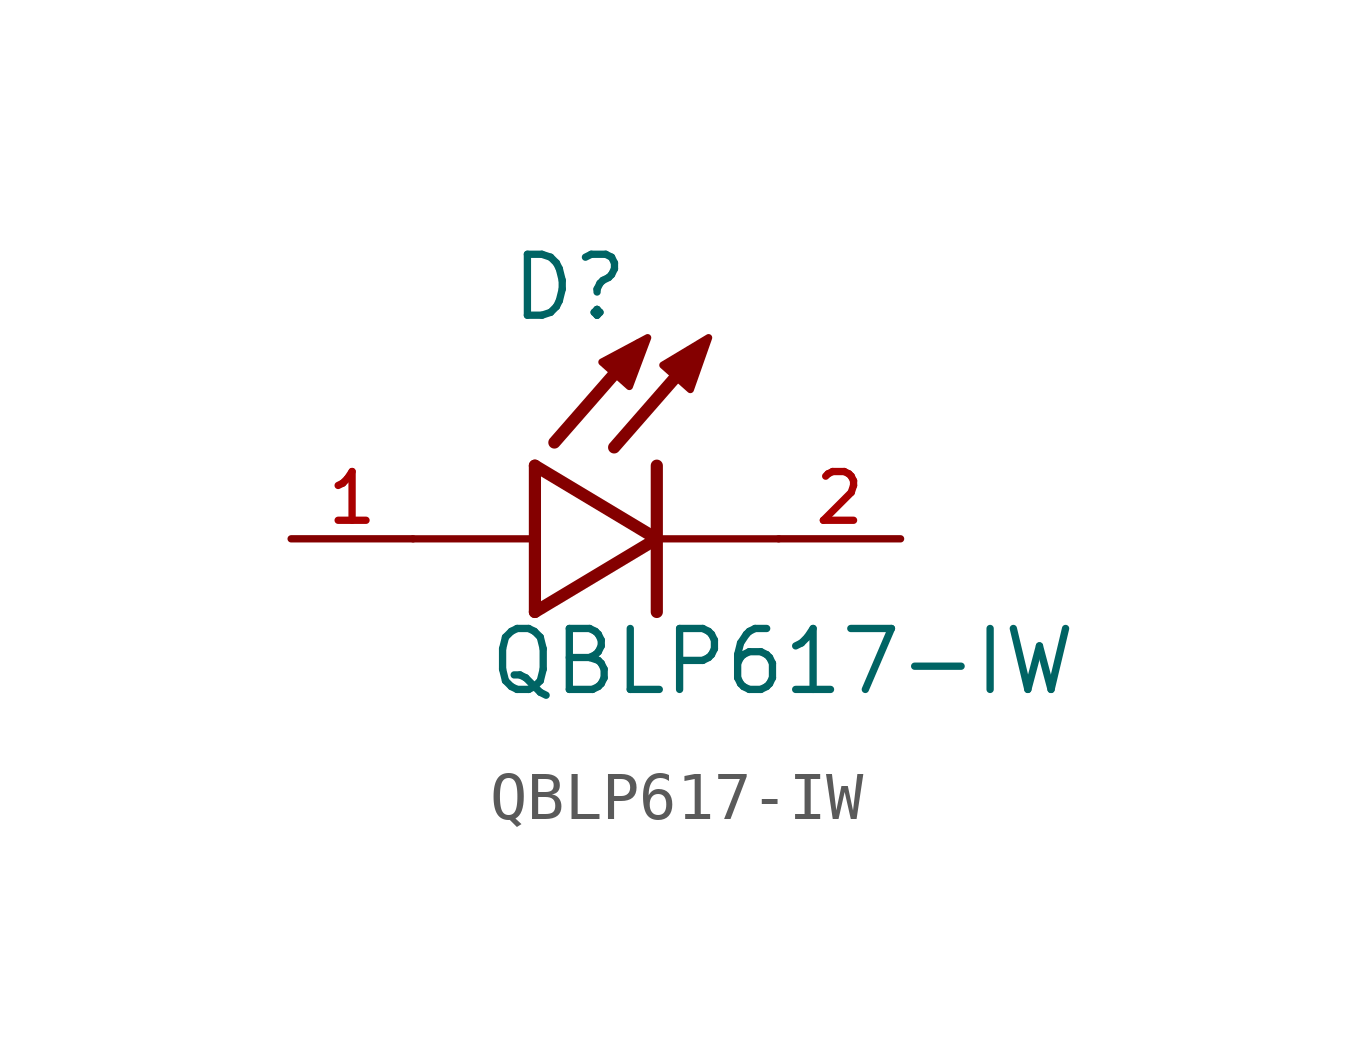
<source format=kicad_sym>
(kicad_symbol_lib
  (version 20211014)
  (generator kicad_symbol_editor)
  (symbol "QBLP617-IW"
    (pin_names
      (offset 1.016))
    (property "Reference" "D"
      (at -3.099 4.496 0)
      (effects (font (size 1.27 1.27)) (justify bottom left)))
    (property "Value" "QBLP617-IW"
      (at -3.556 -3.302 0)
      (effects (font (size 1.27 1.27)) (justify bottom left)))
    (symbol "QBLP617-IW_0_0"
      (polyline (pts (xy -2.54 1.524) (xy -2.54 0.0)) (stroke (width 0.254)))
      (polyline (pts (xy -2.54 0.0) (xy -2.54 -1.524)) (stroke (width 0.254)))
      (polyline (pts (xy -2.54 -1.524) (xy 0.0 0.0)) (stroke (width 0.254)))
      (polyline (pts (xy 0.0 0.0) (xy -2.54 1.524)) (stroke (width 0.254)))
      (polyline (pts (xy 0.0 1.524) (xy 0.0 0.0)) (stroke (width 0.254)))
      (polyline (pts (xy 0.0 0.0) (xy 0.0 -1.524)) (stroke (width 0.254)))
      (polyline (pts (xy -2.54 0.0) (xy -5.08 0.0)) (stroke (width 0.152)))
      (polyline (pts (xy 0.889 3.937) (xy -0.889 1.905)) (stroke (width 0.254)))
      (polyline (pts (xy -0.356 4.039) (xy -2.134 2.007)) (stroke (width 0.254)))
      (polyline (pts (xy 2.54 0.0) (xy 0.0 0.0)) (stroke (width 0.152)))
      (polyline (pts (xy -1.143 3.683) (xy -0.572 3.175) (xy -0.191 4.191) (xy -1.143 3.683)) (stroke (width 0.152)) (fill (type outline)))
      (polyline (pts (xy 0.127 3.619) (xy 0.699 3.111) (xy 1.079 4.191) (xy 0.127 3.619)) (stroke (width 0.152)) (fill (type outline)))
      (pin passive line (at 5.08 0.0 180.0) (length 2.54) (name "~" (effects (font (size 1.016 1.016)))) (number "2" (effects (font (size 1.016 1.016)))))
      (pin passive line (at -7.62 0.0 0) (length 2.54) (name "~" (effects (font (size 1.016 1.016)))) (number "1" (effects (font (size 1.016 1.016))))))))
</source>
